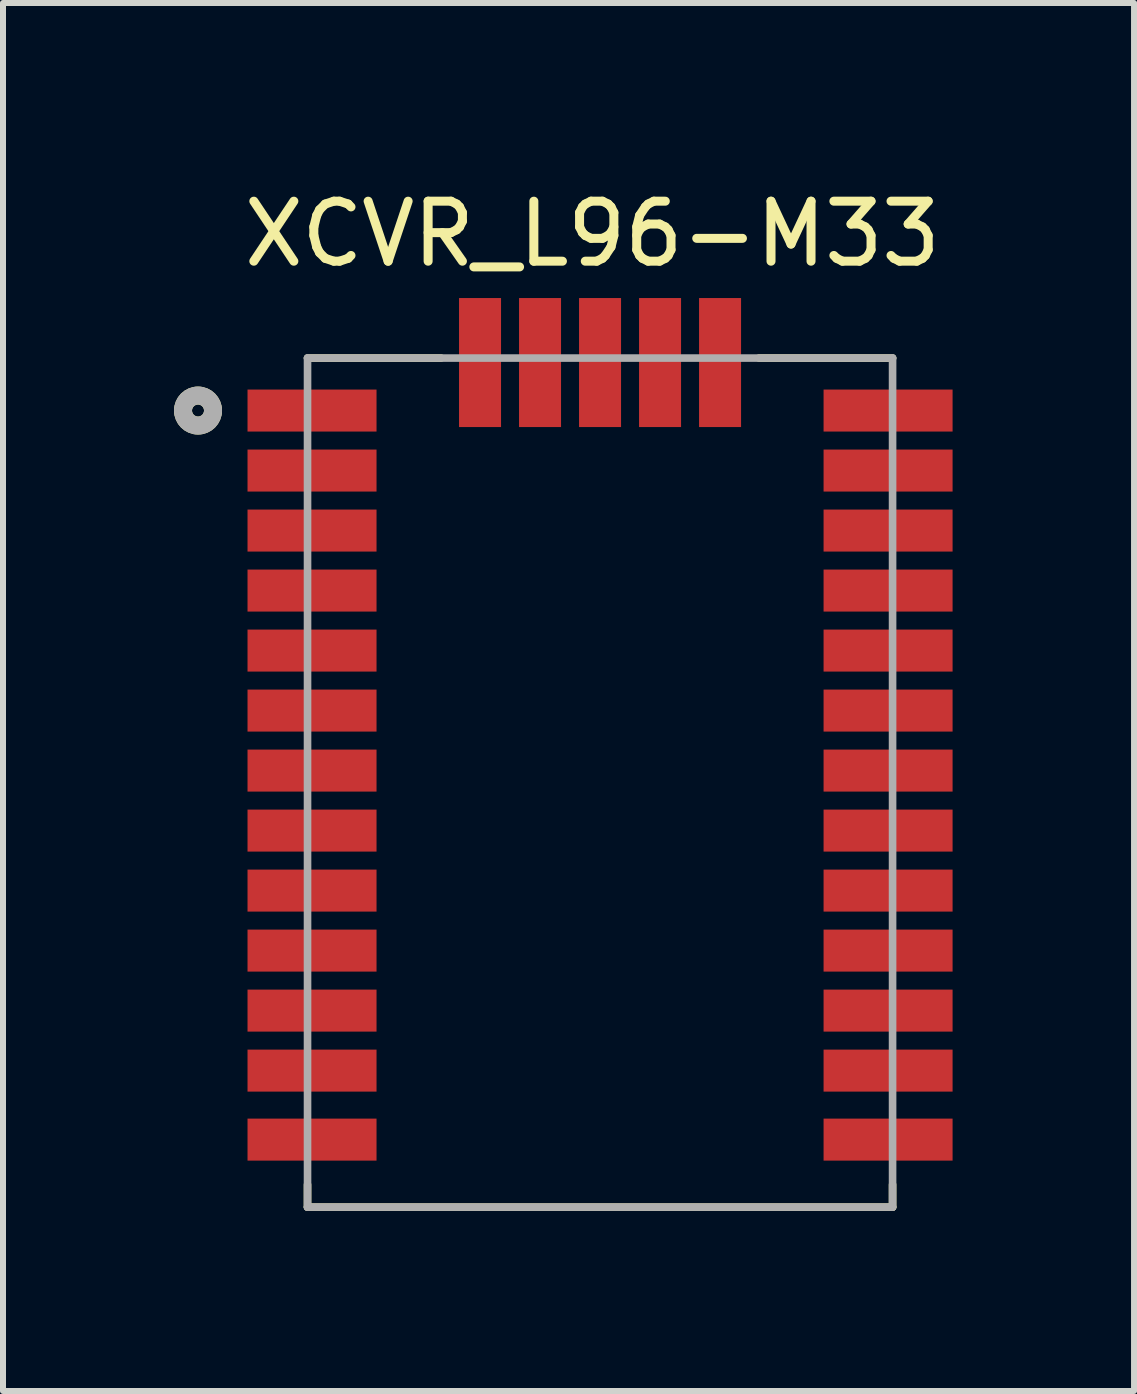
<source format=kicad_pcb>
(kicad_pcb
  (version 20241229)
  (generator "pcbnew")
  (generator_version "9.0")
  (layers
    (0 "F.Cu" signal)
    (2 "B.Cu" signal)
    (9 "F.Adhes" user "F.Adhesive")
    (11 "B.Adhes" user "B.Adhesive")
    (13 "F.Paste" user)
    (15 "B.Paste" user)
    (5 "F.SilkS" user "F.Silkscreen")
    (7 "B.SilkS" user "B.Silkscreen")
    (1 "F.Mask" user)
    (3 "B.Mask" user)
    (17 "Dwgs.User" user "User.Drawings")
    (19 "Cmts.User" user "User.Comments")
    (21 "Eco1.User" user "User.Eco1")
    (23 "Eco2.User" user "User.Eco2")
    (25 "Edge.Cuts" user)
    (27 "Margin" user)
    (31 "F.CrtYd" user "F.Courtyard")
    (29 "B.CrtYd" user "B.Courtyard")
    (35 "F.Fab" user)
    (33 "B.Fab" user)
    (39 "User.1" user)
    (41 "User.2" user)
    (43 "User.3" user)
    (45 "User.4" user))
  (footprint "XCVR_L96-M33"
    (layer "F.Cu")
    (at 6.95 9.992)
    (property "Reference" "XCVR_L96-M33" (at -0.127 -9.144 0) (layer "F.SilkS") (effects (font (size 1 1) (thickness 0.15))))
    (attr through_hole)
    (fp_line (start -4.875 -7.075) (end -2.65 -7.075) (stroke (width 0.127) (type solid)) (layer "F.SilkS"))
    (fp_line (start -4.875 6.7) (end -4.875 7.075) (stroke (width 0.127) (type solid)) (layer "F.SilkS"))
    (fp_line (start -4.875 7.075) (end 4.875 7.075) (stroke (width 0.127) (type solid)) (layer "F.SilkS"))
    (fp_line (start 2.65 -7.075) (end 4.875 -7.075) (stroke (width 0.127) (type solid)) (layer "F.SilkS"))
    (fp_line (start 4.875 7.075) (end 4.875 6.7) (stroke (width 0.127) (type solid)) (layer "F.SilkS"))
    (fp_circle (center -6.7 -6.2) (end -6.6 -6.2) (stroke (width 0.3) (type solid)) (fill no) (layer "F.SilkS"))
    (fp_poly (pts (xy -5.894 -6.55) (xy -3.698 -6.55) (xy -3.698 -5.85) (xy -5.894 -5.85)) (stroke (width 0.01) (type solid)) (fill yes) (layer "F.Paste"))
    (fp_poly (pts (xy -5.894 -5.55) (xy -3.698 -5.55) (xy -3.698 -4.85) (xy -5.894 -4.85)) (stroke (width 0.01) (type solid)) (fill yes) (layer "F.Paste"))
    (fp_poly (pts (xy -5.894 -4.55) (xy -3.698 -4.55) (xy -3.698 -3.85) (xy -5.894 -3.85)) (stroke (width 0.01) (type solid)) (fill yes) (layer "F.Paste"))
    (fp_poly (pts (xy -5.894 -3.55) (xy -3.698 -3.55) (xy -3.698 -2.85) (xy -5.894 -2.85)) (stroke (width 0.01) (type solid)) (fill yes) (layer "F.Paste"))
    (fp_poly (pts (xy -5.894 -2.55) (xy -3.698 -2.55) (xy -3.698 -1.85) (xy -5.894 -1.85)) (stroke (width 0.01) (type solid)) (fill yes) (layer "F.Paste"))
    (fp_poly (pts (xy -5.894 -1.55) (xy -3.698 -1.55) (xy -3.698 -0.85) (xy -5.894 -0.85)) (stroke (width 0.01) (type solid)) (fill yes) (layer "F.Paste"))
    (fp_poly (pts (xy -5.894 -0.55) (xy -3.698 -0.55) (xy -3.698 0.15) (xy -5.894 0.15)) (stroke (width 0.01) (type solid)) (fill yes) (layer "F.Paste"))
    (fp_poly (pts (xy -5.894 0.45) (xy -3.698 0.45) (xy -3.698 1.15) (xy -5.894 1.15)) (stroke (width 0.01) (type solid)) (fill yes) (layer "F.Paste"))
    (fp_poly (pts (xy -5.894 1.45) (xy -3.698 1.45) (xy -3.698 2.15) (xy -5.894 2.15)) (stroke (width 0.01) (type solid)) (fill yes) (layer "F.Paste"))
    (fp_poly (pts (xy -5.894 2.45) (xy -3.698 2.45) (xy -3.698 3.15) (xy -5.894 3.15)) (stroke (width 0.01) (type solid)) (fill yes) (layer "F.Paste"))
    (fp_poly (pts (xy -5.894 3.45) (xy -3.698 3.45) (xy -3.698 4.15) (xy -5.894 4.15)) (stroke (width 0.01) (type solid)) (fill yes) (layer "F.Paste"))
    (fp_poly (pts (xy -5.894 4.45) (xy -3.698 4.45) (xy -3.698 5.15) (xy -5.894 5.15)) (stroke (width 0.01) (type solid)) (fill yes) (layer "F.Paste"))
    (fp_poly (pts (xy -5.894 5.6) (xy -3.698 5.6) (xy -3.698 6.3) (xy -5.894 6.3)) (stroke (width 0.01) (type solid)) (fill yes) (layer "F.Paste"))
    (fp_poly (pts (xy -2.35 -8.094) (xy -1.65 -8.094) (xy -1.65 -5.898) (xy -2.35 -5.898)) (stroke (width 0.01) (type solid)) (fill yes) (layer "F.Paste"))
    (fp_poly (pts (xy -1.35 -8.094) (xy -0.65 -8.094) (xy -0.65 -5.898) (xy -1.35 -5.898)) (stroke (width 0.01) (type solid)) (fill yes) (layer "F.Paste"))
    (fp_poly (pts (xy -0.35 -8.094) (xy 0.35 -8.094) (xy 0.35 -5.898) (xy -0.35 -5.898)) (stroke (width 0.01) (type solid)) (fill yes) (layer "F.Paste"))
    (fp_poly (pts (xy 0.65 -8.094) (xy 1.35 -8.094) (xy 1.35 -5.898) (xy 0.65 -5.898)) (stroke (width 0.01) (type solid)) (fill yes) (layer "F.Paste"))
    (fp_poly (pts (xy 1.65 -8.094) (xy 2.35 -8.094) (xy 2.35 -5.898) (xy 1.65 -5.898)) (stroke (width 0.01) (type solid)) (fill yes) (layer "F.Paste"))
    (fp_poly (pts (xy 3.698 -6.55) (xy 5.894 -6.55) (xy 5.894 -5.85) (xy 3.698 -5.85)) (stroke (width 0.01) (type solid)) (fill yes) (layer "F.Paste"))
    (fp_poly (pts (xy 3.698 -5.55) (xy 5.894 -5.55) (xy 5.894 -4.85) (xy 3.698 -4.85)) (stroke (width 0.01) (type solid)) (fill yes) (layer "F.Paste"))
    (fp_poly (pts (xy 3.698 -4.55) (xy 5.894 -4.55) (xy 5.894 -3.85) (xy 3.698 -3.85)) (stroke (width 0.01) (type solid)) (fill yes) (layer "F.Paste"))
    (fp_poly (pts (xy 3.698 -3.55) (xy 5.894 -3.55) (xy 5.894 -2.85) (xy 3.698 -2.85)) (stroke (width 0.01) (type solid)) (fill yes) (layer "F.Paste"))
    (fp_poly (pts (xy 3.698 -2.55) (xy 5.894 -2.55) (xy 5.894 -1.85) (xy 3.698 -1.85)) (stroke (width 0.01) (type solid)) (fill yes) (layer "F.Paste"))
    (fp_poly (pts (xy 3.698 -1.55) (xy 5.894 -1.55) (xy 5.894 -0.85) (xy 3.698 -0.85)) (stroke (width 0.01) (type solid)) (fill yes) (layer "F.Paste"))
    (fp_poly (pts (xy 3.698 -0.55) (xy 5.894 -0.55) (xy 5.894 0.15) (xy 3.698 0.15)) (stroke (width 0.01) (type solid)) (fill yes) (layer "F.Paste"))
    (fp_poly (pts (xy 3.698 0.45) (xy 5.894 0.45) (xy 5.894 1.15) (xy 3.698 1.15)) (stroke (width 0.01) (type solid)) (fill yes) (layer "F.Paste"))
    (fp_poly (pts (xy 3.698 1.45) (xy 5.894 1.45) (xy 5.894 2.15) (xy 3.698 2.15)) (stroke (width 0.01) (type solid)) (fill yes) (layer "F.Paste"))
    (fp_poly (pts (xy 3.698 2.45) (xy 5.894 2.45) (xy 5.894 3.15) (xy 3.698 3.15)) (stroke (width 0.01) (type solid)) (fill yes) (layer "F.Paste"))
    (fp_poly (pts (xy 3.698 3.45) (xy 5.894 3.45) (xy 5.894 4.15) (xy 3.698 4.15)) (stroke (width 0.01) (type solid)) (fill yes) (layer "F.Paste"))
    (fp_poly (pts (xy 3.698 4.45) (xy 5.894 4.45) (xy 5.894 5.15) (xy 3.698 5.15)) (stroke (width 0.01) (type solid)) (fill yes) (layer "F.Paste"))
    (fp_poly (pts (xy 3.698 5.6) (xy 5.894 5.6) (xy 5.894 6.3) (xy 3.698 6.3)) (stroke (width 0.01) (type solid)) (fill yes) (layer "F.Paste"))
    (fp_line (start -4.875 -7.075) (end 4.875 -7.075) (stroke (width 0.127) (type solid)) (layer "F.Fab"))
    (fp_line (start -4.875 7.075) (end -4.875 -7.075) (stroke (width 0.127) (type solid)) (layer "F.Fab"))
    (fp_line (start 4.875 -7.075) (end 4.875 7.075) (stroke (width 0.127) (type solid)) (layer "F.Fab"))
    (fp_line (start 4.875 7.075) (end -4.875 7.075) (stroke (width 0.127) (type solid)) (layer "F.Fab"))
    (fp_circle (center -6.7 -6.2) (end -6.6 -6.2) (stroke (width 0.3) (type solid)) (fill no) (layer "F.Fab"))
    (pad "1" smd rect (at -4.8 -6.2) (size 2.15 0.7) (layers "F.Cu" "F.Mask"))
    (pad "2" smd rect (at -4.8 -5.2) (size 2.15 0.7) (layers "F.Cu" "F.Mask"))
    (pad "3" smd rect (at -4.8 -4.2) (size 2.15 0.7) (layers "F.Cu" "F.Mask"))
    (pad "4" smd rect (at -4.8 -3.2) (size 2.15 0.7) (layers "F.Cu" "F.Mask"))
    (pad "5" smd rect (at -4.8 -2.2) (size 2.15 0.7) (layers "F.Cu" "F.Mask"))
    (pad "6" smd rect (at -4.8 -1.2) (size 2.15 0.7) (layers "F.Cu" "F.Mask"))
    (pad "7" smd rect (at -4.8 -0.2) (size 2.15 0.7) (layers "F.Cu" "F.Mask"))
    (pad "8" smd rect (at -4.8 0.8) (size 2.15 0.7) (layers "F.Cu" "F.Mask"))
    (pad "9" smd rect (at -4.8 1.8) (size 2.15 0.7) (layers "F.Cu" "F.Mask"))
    (pad "10" smd rect (at -4.8 2.8) (size 2.15 0.7) (layers "F.Cu" "F.Mask"))
    (pad "11" smd rect (at -4.8 3.8) (size 2.15 0.7) (layers "F.Cu" "F.Mask"))
    (pad "12" smd rect (at -4.8 4.8) (size 2.15 0.7) (layers "F.Cu" "F.Mask"))
    (pad "13" smd rect (at -4.8 5.95) (size 2.15 0.7) (layers "F.Cu" "F.Mask"))
    (pad "14" smd rect (at 4.8 5.95) (size 2.15 0.7) (layers "F.Cu" "F.Mask"))
    (pad "15" smd rect (at 4.8 4.8) (size 2.15 0.7) (layers "F.Cu" "F.Mask"))
    (pad "16" smd rect (at 4.8 3.8) (size 2.15 0.7) (layers "F.Cu" "F.Mask"))
    (pad "17" smd rect (at 4.8 2.8) (size 2.15 0.7) (layers "F.Cu" "F.Mask"))
    (pad "18" smd rect (at 4.8 1.8) (size 2.15 0.7) (layers "F.Cu" "F.Mask"))
    (pad "19" smd rect (at 4.8 0.8) (size 2.15 0.7) (layers "F.Cu" "F.Mask"))
    (pad "20" smd rect (at 4.8 -0.2) (size 2.15 0.7) (layers "F.Cu" "F.Mask"))
    (pad "21" smd rect (at 4.8 -1.2) (size 2.15 0.7) (layers "F.Cu" "F.Mask"))
    (pad "22" smd rect (at 4.8 -2.2) (size 2.15 0.7) (layers "F.Cu" "F.Mask"))
    (pad "23" smd rect (at 4.8 -3.2) (size 2.15 0.7) (layers "F.Cu" "F.Mask"))
    (pad "24" smd rect (at 4.8 -4.2) (size 2.15 0.7) (layers "F.Cu" "F.Mask"))
    (pad "25" smd rect (at 4.8 -5.2) (size 2.15 0.7) (layers "F.Cu" "F.Mask"))
    (pad "26" smd rect (at 4.8 -6.2) (size 2.15 0.7) (layers "F.Cu" "F.Mask"))
    (pad "27" smd rect (at 2 -7 90) (size 2.15 0.7) (layers "F.Cu" "F.Mask"))
    (pad "28" smd rect (at 1 -7 90) (size 2.15 0.7) (layers "F.Cu" "F.Mask"))
    (pad "29" smd rect (at 0 -7 90) (size 2.15 0.7) (layers "F.Cu" "F.Mask"))
    (pad "30" smd rect (at -1 -7 90) (size 2.15 0.7) (layers "F.Cu" "F.Mask"))
    (pad "31" smd rect (at -2 -7 90) (size 2.15 0.7) (layers "F.Cu" "F.Mask")))
  (gr_rect
    (start -3 -3)
    (end 15.849 20.131)
    (stroke (width 0.1) (type default))
    (fill no)
    (layer "Edge.Cuts")))
</source>
